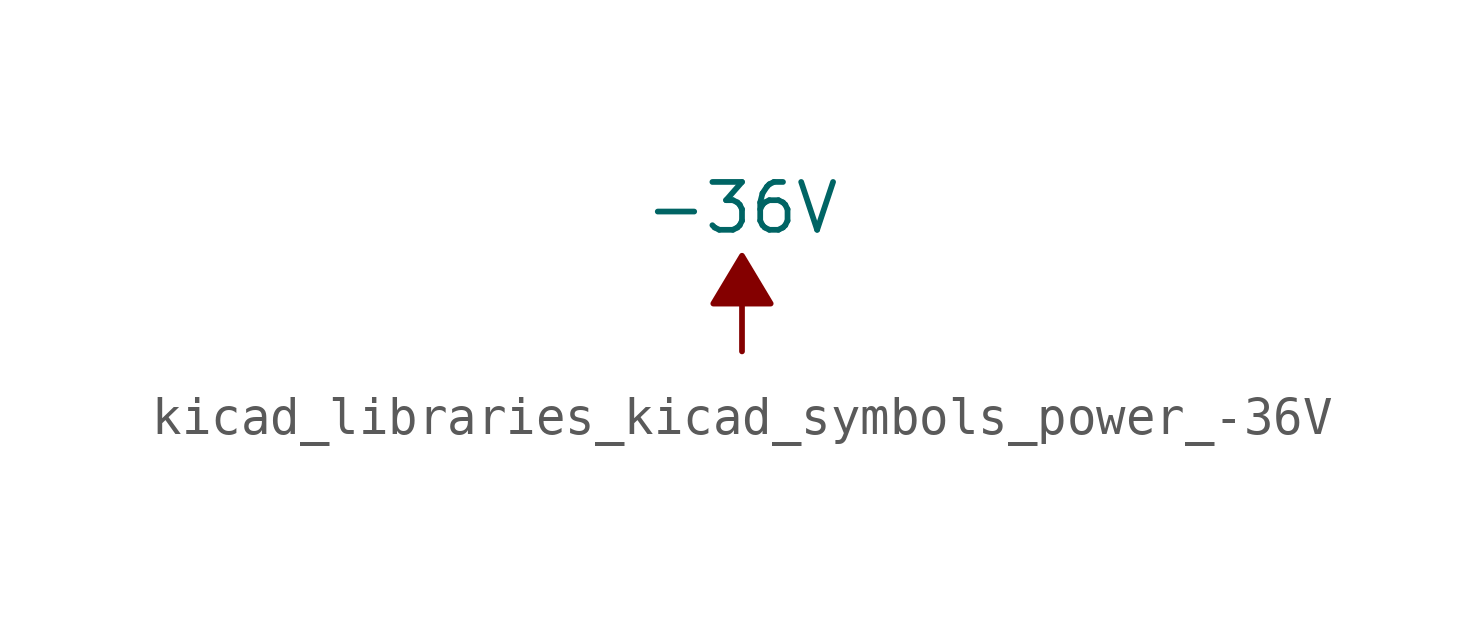
<source format=kicad_sym>
(kicad_symbol_lib
  (version 20220914)
  (generator kicad_symbol_editor)
  (symbol "kicad_libraries_kicad_symbols_power_-36V"
    (power)
    (pin_names
      (offset 0))
    (property "Reference" "#PWR"
      (at 0 2.54 0)
      (effects (font (size 1.27 1.27)) hide))
    (property "Value" "-36V"
      (at 0 3.81 0)
      (effects (font (size 1.27 1.27))))
    (symbol "kicad_libraries_kicad_symbols_power_-36V_0_0"
      (pin power_in line (at 0 0 90) (length 0) hide (name "-36V" (effects (font (size 1.27 1.27)))) (number "1" (effects (font (size 1.27 1.27))))))
    (symbol "kicad_libraries_kicad_symbols_power_-36V_0_1"
      (polyline (pts (xy 0 0) (xy 0 1.27) (xy 0.762 1.27) (xy 0 2.54) (xy -0.762 1.27) (xy 0 1.27)) (stroke (width 0) (type default)) (fill (type outline))))))
</source>
